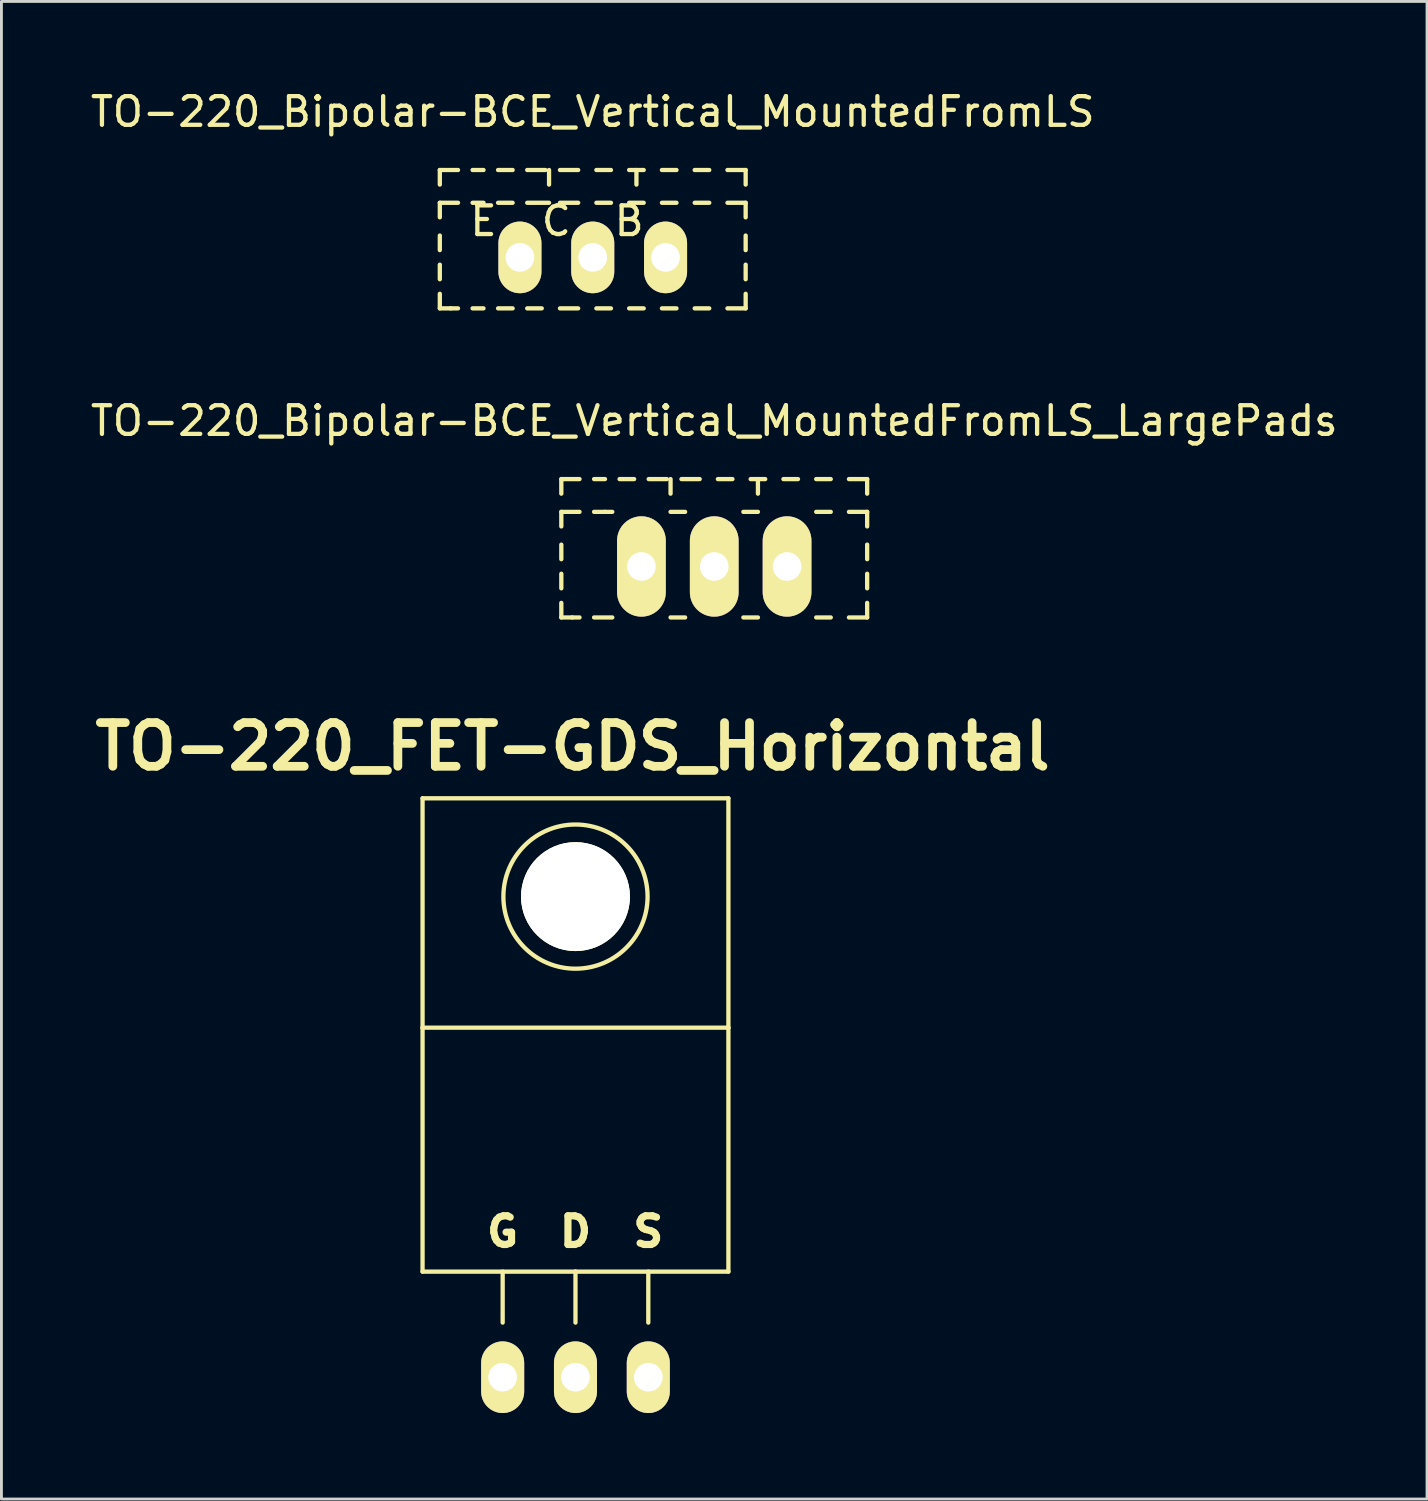
<source format=kicad_pcb>
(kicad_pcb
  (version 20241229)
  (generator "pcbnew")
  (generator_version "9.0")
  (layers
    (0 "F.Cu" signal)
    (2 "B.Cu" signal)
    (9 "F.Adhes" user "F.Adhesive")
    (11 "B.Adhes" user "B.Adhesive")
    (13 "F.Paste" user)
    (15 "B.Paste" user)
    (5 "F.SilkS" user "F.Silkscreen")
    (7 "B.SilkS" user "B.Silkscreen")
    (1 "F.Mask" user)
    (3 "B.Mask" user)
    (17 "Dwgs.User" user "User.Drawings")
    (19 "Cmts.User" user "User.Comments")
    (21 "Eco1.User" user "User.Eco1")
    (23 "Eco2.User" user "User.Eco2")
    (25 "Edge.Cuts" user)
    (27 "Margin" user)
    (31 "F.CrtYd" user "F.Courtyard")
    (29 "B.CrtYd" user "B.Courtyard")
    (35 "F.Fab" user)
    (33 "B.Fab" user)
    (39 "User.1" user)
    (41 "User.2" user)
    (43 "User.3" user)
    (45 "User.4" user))
  (footprint "TO-220_Bipolar-BCE_Vertical_MountedFromLS_LargePads"
    (layer "F.Cu")
    (at 21.863 16.709)
    (property "Reference" "TO-220_Bipolar-BCE_Vertical_MountedFromLS_LargePads" (at 0 -5.08 0) (layer "F.SilkS") (effects (font (size 1 1) (thickness 0.15))))
    (attr through_hole)
    (fp_line (start -5.334 -3.048) (end -4.699 -3.048) (stroke (width 0.15) (type solid)) (layer "F.SilkS"))
    (fp_line (start -5.334 -2.54) (end -5.334 -3.048) (stroke (width 0.15) (type solid)) (layer "F.SilkS"))
    (fp_line (start -5.334 -1.397) (end -5.334 -1.905) (stroke (width 0.15) (type solid)) (layer "F.SilkS"))
    (fp_line (start -5.334 -0.254) (end -5.334 -0.762) (stroke (width 0.15) (type solid)) (layer "F.SilkS"))
    (fp_line (start -5.334 0.762) (end -5.334 0.254) (stroke (width 0.15) (type solid)) (layer "F.SilkS"))
    (fp_line (start -5.334 1.778) (end -5.334 1.27) (stroke (width 0.15) (type solid)) (layer "F.SilkS"))
    (fp_line (start -5.334 1.778) (end -4.953 1.778) (stroke (width 0.15) (type solid)) (layer "F.SilkS"))
    (fp_line (start -4.953 1.778) (end -4.699 1.778) (stroke (width 0.15) (type solid)) (layer "F.SilkS"))
    (fp_line (start -4.699 -1.905) (end -5.334 -1.905) (stroke (width 0.15) (type solid)) (layer "F.SilkS"))
    (fp_line (start -4.191 -3.048) (end -3.81 -3.048) (stroke (width 0.15) (type solid)) (layer "F.SilkS"))
    (fp_line (start -3.81 -1.905) (end -4.191 -1.905) (stroke (width 0.15) (type solid)) (layer "F.SilkS"))
    (fp_line (start -3.81 -1.905) (end -3.556 -1.905) (stroke (width 0.15) (type solid)) (layer "F.SilkS"))
    (fp_line (start -3.556 1.778) (end -4.191 1.778) (stroke (width 0.15) (type solid)) (layer "F.SilkS"))
    (fp_line (start -3.302 -3.048) (end -2.794 -3.048) (stroke (width 0.15) (type solid)) (layer "F.SilkS"))
    (fp_line (start -2.286 -3.048) (end -1.651 -3.048) (stroke (width 0.15) (type solid)) (layer "F.SilkS"))
    (fp_line (start -1.524 -3.048) (end -1.524 -2.54) (stroke (width 0.15) (type solid)) (layer "F.SilkS"))
    (fp_line (start -1.524 -1.905) (end -1.016 -1.905) (stroke (width 0.15) (type solid)) (layer "F.SilkS"))
    (fp_line (start -1.143 -3.048) (end -0.508 -3.048) (stroke (width 0.15) (type solid)) (layer "F.SilkS"))
    (fp_line (start -1.016 1.778) (end -1.524 1.778) (stroke (width 0.15) (type solid)) (layer "F.SilkS"))
    (fp_line (start 0.127 -3.048) (end 0.635 -3.048) (stroke (width 0.15) (type solid)) (layer "F.SilkS"))
    (fp_line (start 1.016 -1.905) (end 1.524 -1.905) (stroke (width 0.15) (type solid)) (layer "F.SilkS"))
    (fp_line (start 1.27 -3.048) (end 1.778 -3.048) (stroke (width 0.15) (type solid)) (layer "F.SilkS"))
    (fp_line (start 1.524 -3.048) (end 1.524 -2.54) (stroke (width 0.15) (type solid)) (layer "F.SilkS"))
    (fp_line (start 1.524 1.778) (end 1.016 1.778) (stroke (width 0.15) (type solid)) (layer "F.SilkS"))
    (fp_line (start 2.413 -3.048) (end 2.921 -3.048) (stroke (width 0.15) (type solid)) (layer "F.SilkS"))
    (fp_line (start 3.556 -3.048) (end 4.064 -3.048) (stroke (width 0.15) (type solid)) (layer "F.SilkS"))
    (fp_line (start 3.556 -1.905) (end 4.064 -1.905) (stroke (width 0.15) (type solid)) (layer "F.SilkS"))
    (fp_line (start 3.556 1.778) (end 4.064 1.778) (stroke (width 0.15) (type solid)) (layer "F.SilkS"))
    (fp_line (start 4.699 -3.048) (end 5.334 -3.048) (stroke (width 0.15) (type solid)) (layer "F.SilkS"))
    (fp_line (start 4.699 -1.905) (end 5.334 -1.905) (stroke (width 0.15) (type solid)) (layer "F.SilkS"))
    (fp_line (start 4.699 1.778) (end 5.334 1.778) (stroke (width 0.15) (type solid)) (layer "F.SilkS"))
    (fp_line (start 5.334 -3.048) (end 5.334 -2.54) (stroke (width 0.15) (type solid)) (layer "F.SilkS"))
    (fp_line (start 5.334 -1.905) (end 5.334 -1.397) (stroke (width 0.15) (type solid)) (layer "F.SilkS"))
    (fp_line (start 5.334 -0.762) (end 5.334 -0.254) (stroke (width 0.15) (type solid)) (layer "F.SilkS"))
    (fp_line (start 5.334 0.254) (end 5.334 0.762) (stroke (width 0.15) (type solid)) (layer "F.SilkS"))
    (fp_line (start 5.334 1.27) (end 5.334 1.778) (stroke (width 0.15) (type solid)) (layer "F.SilkS"))
    (pad "B" thru_hole oval (at 2.54 0 90) (size 3.5 1.699) (drill 1.001) (layers "*.Cu" "*.Mask" "F.SilkS"))
    (pad "C" thru_hole oval (at 0 0 90) (size 3.5 1.699) (drill 1.001) (layers "*.Cu" "*.Mask" "F.SilkS"))
    (pad "E" thru_hole oval (at -2.54 0 90) (size 3.5 1.699) (drill 1.001) (layers "*.Cu" "*.Mask" "F.SilkS")))
  (footprint "TO-220_Bipolar-BCE_Vertical_MountedFromLS"
    (layer "F.Cu")
    (at 17.625 5.928)
    (property "Reference" "TO-220_Bipolar-BCE_Vertical_MountedFromLS" (at 0 -5.08 0) (layer "F.SilkS") (effects (font (size 1 1) (thickness 0.15))))
    (attr through_hole)
    (fp_line (start -5.334 -3.048) (end -4.699 -3.048) (stroke (width 0.15) (type solid)) (layer "F.SilkS"))
    (fp_line (start -5.334 -2.54) (end -5.334 -3.048) (stroke (width 0.15) (type solid)) (layer "F.SilkS"))
    (fp_line (start -5.334 -1.397) (end -5.334 -1.905) (stroke (width 0.15) (type solid)) (layer "F.SilkS"))
    (fp_line (start -5.334 -0.254) (end -5.334 -0.762) (stroke (width 0.15) (type solid)) (layer "F.SilkS"))
    (fp_line (start -5.334 0.762) (end -5.334 0.254) (stroke (width 0.15) (type solid)) (layer "F.SilkS"))
    (fp_line (start -5.334 1.778) (end -5.334 1.27) (stroke (width 0.15) (type solid)) (layer "F.SilkS"))
    (fp_line (start -5.334 1.778) (end -4.953 1.778) (stroke (width 0.15) (type solid)) (layer "F.SilkS"))
    (fp_line (start -4.953 1.778) (end -4.699 1.778) (stroke (width 0.15) (type solid)) (layer "F.SilkS"))
    (fp_line (start -4.699 -1.905) (end -5.334 -1.905) (stroke (width 0.15) (type solid)) (layer "F.SilkS"))
    (fp_line (start -4.191 -3.048) (end -3.81 -3.048) (stroke (width 0.15) (type solid)) (layer "F.SilkS"))
    (fp_line (start -4.191 1.778) (end -3.81 1.778) (stroke (width 0.15) (type solid)) (layer "F.SilkS"))
    (fp_line (start -3.81 -1.905) (end -4.191 -1.905) (stroke (width 0.15) (type solid)) (layer "F.SilkS"))
    (fp_line (start -3.302 -3.048) (end -2.794 -3.048) (stroke (width 0.15) (type solid)) (layer "F.SilkS"))
    (fp_line (start -3.302 1.778) (end -2.794 1.778) (stroke (width 0.15) (type solid)) (layer "F.SilkS"))
    (fp_line (start -2.794 -1.905) (end -3.302 -1.905) (stroke (width 0.15) (type solid)) (layer "F.SilkS"))
    (fp_line (start -2.286 -3.048) (end -1.651 -3.048) (stroke (width 0.15) (type solid)) (layer "F.SilkS"))
    (fp_line (start -2.286 1.778) (end -1.778 1.778) (stroke (width 0.15) (type solid)) (layer "F.SilkS"))
    (fp_line (start -1.524 -3.048) (end -1.524 -2.54) (stroke (width 0.15) (type solid)) (layer "F.SilkS"))
    (fp_line (start -1.524 -1.905) (end -2.286 -1.905) (stroke (width 0.15) (type solid)) (layer "F.SilkS"))
    (fp_line (start -1.143 -3.048) (end -0.508 -3.048) (stroke (width 0.15) (type solid)) (layer "F.SilkS"))
    (fp_line (start -1.143 -1.905) (end -0.508 -1.905) (stroke (width 0.15) (type solid)) (layer "F.SilkS"))
    (fp_line (start -1.143 1.778) (end -0.508 1.778) (stroke (width 0.15) (type solid)) (layer "F.SilkS"))
    (fp_line (start 0.127 -3.048) (end 0.635 -3.048) (stroke (width 0.15) (type solid)) (layer "F.SilkS"))
    (fp_line (start 0.127 -1.905) (end 0.635 -1.905) (stroke (width 0.15) (type solid)) (layer "F.SilkS"))
    (fp_line (start 0.127 1.778) (end 0.635 1.778) (stroke (width 0.15) (type solid)) (layer "F.SilkS"))
    (fp_line (start 1.27 -3.048) (end 1.778 -3.048) (stroke (width 0.15) (type solid)) (layer "F.SilkS"))
    (fp_line (start 1.27 -1.905) (end 1.778 -1.905) (stroke (width 0.15) (type solid)) (layer "F.SilkS"))
    (fp_line (start 1.27 1.778) (end 1.778 1.778) (stroke (width 0.15) (type solid)) (layer "F.SilkS"))
    (fp_line (start 1.524 -3.048) (end 1.524 -2.54) (stroke (width 0.15) (type solid)) (layer "F.SilkS"))
    (fp_line (start 2.413 -3.048) (end 2.921 -3.048) (stroke (width 0.15) (type solid)) (layer "F.SilkS"))
    (fp_line (start 2.413 -1.905) (end 2.921 -1.905) (stroke (width 0.15) (type solid)) (layer "F.SilkS"))
    (fp_line (start 2.413 1.778) (end 2.921 1.778) (stroke (width 0.15) (type solid)) (layer "F.SilkS"))
    (fp_line (start 3.556 -3.048) (end 4.064 -3.048) (stroke (width 0.15) (type solid)) (layer "F.SilkS"))
    (fp_line (start 3.556 -1.905) (end 4.064 -1.905) (stroke (width 0.15) (type solid)) (layer "F.SilkS"))
    (fp_line (start 3.556 1.778) (end 4.064 1.778) (stroke (width 0.15) (type solid)) (layer "F.SilkS"))
    (fp_line (start 4.699 -3.048) (end 5.334 -3.048) (stroke (width 0.15) (type solid)) (layer "F.SilkS"))
    (fp_line (start 4.699 -1.905) (end 5.334 -1.905) (stroke (width 0.15) (type solid)) (layer "F.SilkS"))
    (fp_line (start 4.699 1.778) (end 5.334 1.778) (stroke (width 0.15) (type solid)) (layer "F.SilkS"))
    (fp_line (start 5.334 -3.048) (end 5.334 -2.54) (stroke (width 0.15) (type solid)) (layer "F.SilkS"))
    (fp_line (start 5.334 -1.905) (end 5.334 -1.397) (stroke (width 0.15) (type solid)) (layer "F.SilkS"))
    (fp_line (start 5.334 -0.762) (end 5.334 -0.254) (stroke (width 0.15) (type solid)) (layer "F.SilkS"))
    (fp_line (start 5.334 0.254) (end 5.334 0.762) (stroke (width 0.15) (type solid)) (layer "F.SilkS"))
    (fp_line (start 5.334 1.27) (end 5.334 1.778) (stroke (width 0.15) (type solid)) (layer "F.SilkS"))
    (fp_text user "C" (at -1.27 -1.27 0) (layer "F.SilkS") (effects (font (size 1 1) (thickness 0.15))))
    (fp_text user "B" (at 1.27 -1.27 0) (layer "F.SilkS") (effects (font (size 1 1) (thickness 0.15))))
    (fp_text user "E" (at -3.81 -1.27 0) (layer "F.SilkS") (effects (font (size 1 1) (thickness 0.15))))
    (pad "B" thru_hole oval (at 2.54 0 90) (size 2.499 1.501) (drill 1.001) (layers "*.Cu" "*.Mask" "F.SilkS"))
    (pad "C" thru_hole oval (at 0 0 90) (size 2.499 1.501) (drill 1.001) (layers "*.Cu" "*.Mask" "F.SilkS"))
    (pad "E" thru_hole oval (at -2.54 0 90) (size 2.499 1.501) (drill 1.001) (layers "*.Cu" "*.Mask" "F.SilkS")))
  (footprint "TO-220_FET-GDS_Horizontal"
    (layer "F.Cu")
    (at 17.023 44.988)
    (property "Reference" "TO-220_FET-GDS_Horizontal" (at -0.099 -21.999 0) (layer "F.SilkS") (effects (font (size 1.524 1.524) (thickness 0.305))))
    (attr through_hole)
    (fp_line (start -5.334 -20.193) (end -5.334 -12.192) (stroke (width 0.15) (type solid)) (layer "F.SilkS"))
    (fp_line (start -5.334 -12.192) (end -5.334 -3.683) (stroke (width 0.15) (type solid)) (layer "F.SilkS"))
    (fp_line (start -2.54 -3.683) (end -2.54 -1.905) (stroke (width 0.15) (type solid)) (layer "F.SilkS"))
    (fp_line (start 0 -3.683) (end -5.334 -3.683) (stroke (width 0.15) (type solid)) (layer "F.SilkS"))
    (fp_line (start 0 -3.683) (end 0 -1.905) (stroke (width 0.15) (type solid)) (layer "F.SilkS"))
    (fp_line (start 0 -3.683) (end 5.334 -3.683) (stroke (width 0.15) (type solid)) (layer "F.SilkS"))
    (fp_line (start 2.54 -3.683) (end 2.54 -1.905) (stroke (width 0.15) (type solid)) (layer "F.SilkS"))
    (fp_line (start 5.334 -20.193) (end -5.334 -20.193) (stroke (width 0.15) (type solid)) (layer "F.SilkS"))
    (fp_line (start 5.334 -12.192) (end -5.334 -12.192) (stroke (width 0.15) (type solid)) (layer "F.SilkS"))
    (fp_line (start 5.334 -12.192) (end 5.334 -20.193) (stroke (width 0.15) (type solid)) (layer "F.SilkS"))
    (fp_line (start 5.334 -3.683) (end 5.334 -12.192) (stroke (width 0.15) (type solid)) (layer "F.SilkS"))
    (fp_circle (center 0 -16.764) (end 1.778 -14.986) (stroke (width 0.15) (type solid)) (fill no) (layer "F.SilkS"))
    (fp_text user "D" (at 0 -5.08 0) (layer "F.SilkS") (effects (font (size 1.001 1.001) (thickness 0.251))))
    (fp_text user "G" (at -2.54 -5.08 0) (layer "F.SilkS") (effects (font (size 1.001 1.001) (thickness 0.251))))
    (fp_text user "S" (at 2.54 -5.08 0) (layer "F.SilkS") (effects (font (size 1.001 1.001) (thickness 0.251))))
    (pad "" np_thru_hole circle (at 0 -16.764 90) (size 3.8 3.8) (drill 3.8) (layers "*.Cu" "*.Mask" "F.SilkS"))
    (pad "D" thru_hole oval (at 0 0 90) (size 2.499 1.501) (drill 1.001) (layers "*.Cu" "*.Mask" "F.SilkS"))
    (pad "G" thru_hole oval (at -2.54 0 90) (size 2.499 1.501) (drill 1.001) (layers "*.Cu" "*.Mask" "F.SilkS"))
    (pad "S" thru_hole oval (at 2.54 0 90) (size 2.499 1.501) (drill 1.001) (layers "*.Cu" "*.Mask" "F.SilkS")))
  (gr_rect
    (start -3 -3)
    (end 46.726 49.238)
    (stroke (width 0.1) (type default))
    (fill no)
    (layer "Edge.Cuts")))
</source>
